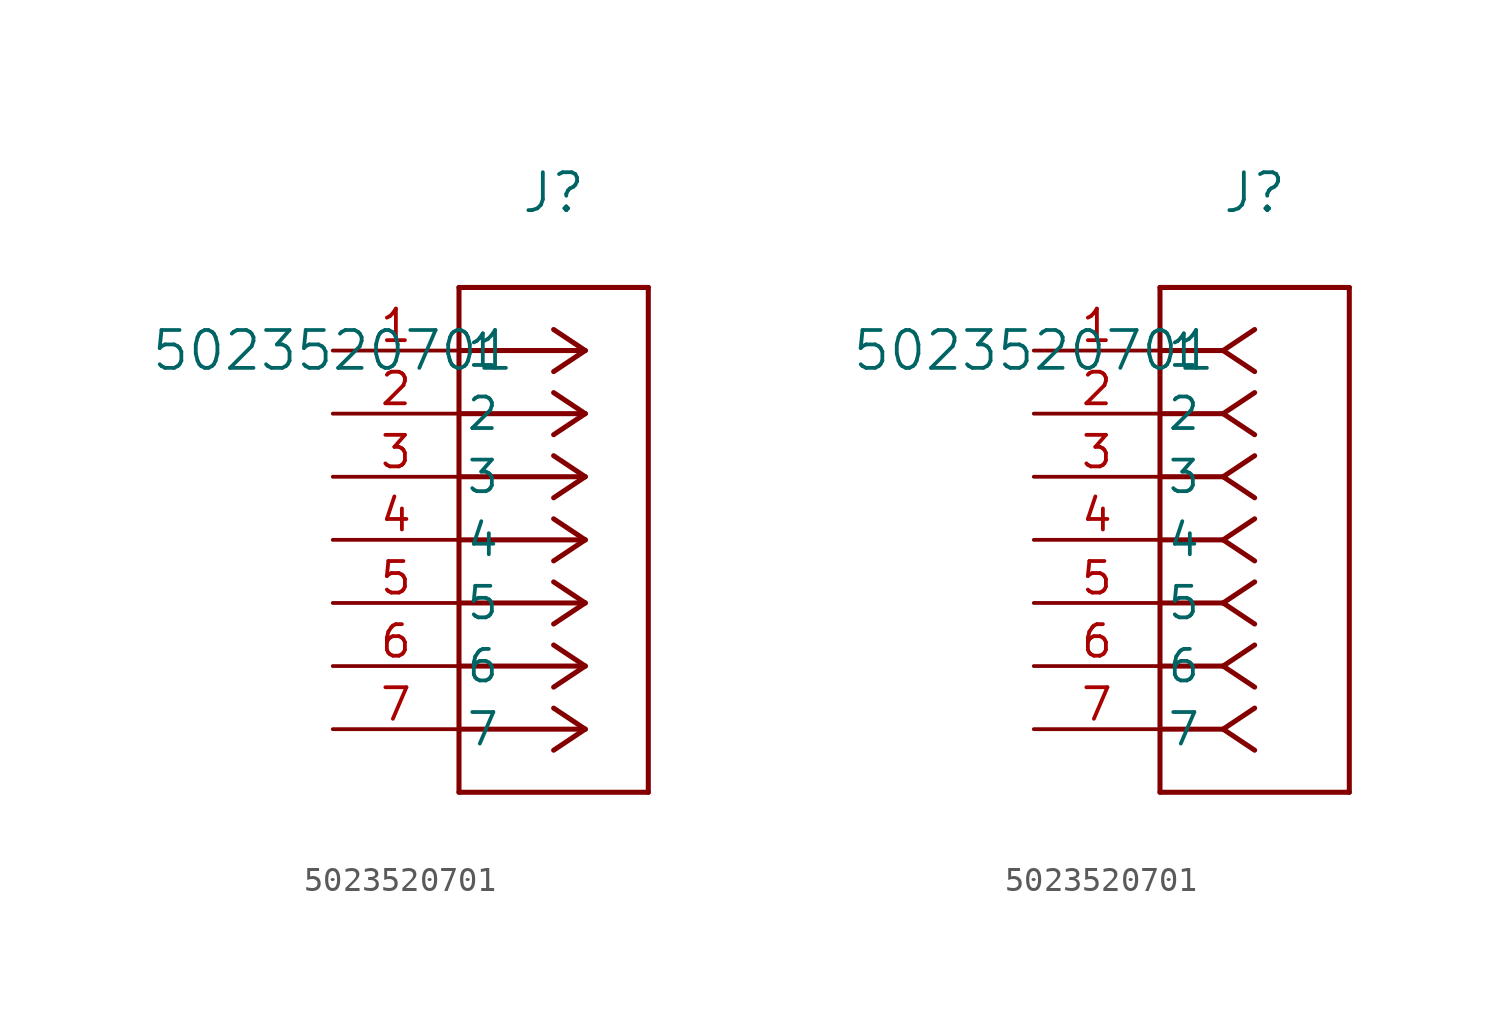
<source format=kicad_sym>
(kicad_symbol_lib
  (version 20211014)
  (generator kicad_symbol_editor)
  (symbol "5023520701"
    (pin_names
      (offset 0.254))
    (property "Reference" "J"
      (at 8.89 6.35 0)
      (effects (font (size 1.524 1.524))))
    (property "Value" "5023520701"
      (at 0 0 0)
      (effects (font (size 1.524 1.524))))
    (symbol "5023520701_1_1"
      (polyline (pts (xy 10.16 0) (xy 5.08 0)) (stroke (width 0.203) (type default) (color 0 0 0 0)) (fill (type none)))
      (polyline (pts (xy 10.16 -2.54) (xy 5.08 -2.54)) (stroke (width 0.203) (type default) (color 0 0 0 0)) (fill (type none)))
      (polyline (pts (xy 10.16 -5.08) (xy 5.08 -5.08)) (stroke (width 0.203) (type default) (color 0 0 0 0)) (fill (type none)))
      (polyline (pts (xy 10.16 -7.62) (xy 5.08 -7.62)) (stroke (width 0.203) (type default) (color 0 0 0 0)) (fill (type none)))
      (polyline (pts (xy 10.16 -10.16) (xy 5.08 -10.16)) (stroke (width 0.203) (type default) (color 0 0 0 0)) (fill (type none)))
      (polyline (pts (xy 10.16 -12.7) (xy 5.08 -12.7)) (stroke (width 0.203) (type default) (color 0 0 0 0)) (fill (type none)))
      (polyline (pts (xy 10.16 -15.24) (xy 5.08 -15.24)) (stroke (width 0.203) (type default) (color 0 0 0 0)) (fill (type none)))
      (polyline (pts (xy 10.16 0) (xy 8.89 0.847)) (stroke (width 0.203) (type default) (color 0 0 0 0)) (fill (type none)))
      (polyline (pts (xy 10.16 -2.54) (xy 8.89 -1.693)) (stroke (width 0.203) (type default) (color 0 0 0 0)) (fill (type none)))
      (polyline (pts (xy 10.16 -5.08) (xy 8.89 -4.233)) (stroke (width 0.203) (type default) (color 0 0 0 0)) (fill (type none)))
      (polyline (pts (xy 10.16 -7.62) (xy 8.89 -6.773)) (stroke (width 0.203) (type default) (color 0 0 0 0)) (fill (type none)))
      (polyline (pts (xy 10.16 -10.16) (xy 8.89 -9.313)) (stroke (width 0.203) (type default) (color 0 0 0 0)) (fill (type none)))
      (polyline (pts (xy 10.16 -12.7) (xy 8.89 -11.853)) (stroke (width 0.203) (type default) (color 0 0 0 0)) (fill (type none)))
      (polyline (pts (xy 10.16 -15.24) (xy 8.89 -14.393)) (stroke (width 0.203) (type default) (color 0 0 0 0)) (fill (type none)))
      (polyline (pts (xy 10.16 0) (xy 8.89 -0.847)) (stroke (width 0.203) (type default) (color 0 0 0 0)) (fill (type none)))
      (polyline (pts (xy 10.16 -2.54) (xy 8.89 -3.387)) (stroke (width 0.203) (type default) (color 0 0 0 0)) (fill (type none)))
      (polyline (pts (xy 10.16 -5.08) (xy 8.89 -5.927)) (stroke (width 0.203) (type default) (color 0 0 0 0)) (fill (type none)))
      (polyline (pts (xy 10.16 -7.62) (xy 8.89 -8.467)) (stroke (width 0.203) (type default) (color 0 0 0 0)) (fill (type none)))
      (polyline (pts (xy 10.16 -10.16) (xy 8.89 -11.007)) (stroke (width 0.203) (type default) (color 0 0 0 0)) (fill (type none)))
      (polyline (pts (xy 10.16 -12.7) (xy 8.89 -13.547)) (stroke (width 0.203) (type default) (color 0 0 0 0)) (fill (type none)))
      (polyline (pts (xy 10.16 -15.24) (xy 8.89 -16.087)) (stroke (width 0.203) (type default) (color 0 0 0 0)) (fill (type none)))
      (polyline (pts (xy 5.08 2.54) (xy 5.08 -17.78)) (stroke (width 0.203) (type default) (color 0 0 0 0)) (fill (type none)))
      (polyline (pts (xy 5.08 -17.78) (xy 12.7 -17.78)) (stroke (width 0.203) (type default) (color 0 0 0 0)) (fill (type none)))
      (polyline (pts (xy 12.7 -17.78) (xy 12.7 2.54)) (stroke (width 0.203) (type default) (color 0 0 0 0)) (fill (type none)))
      (polyline (pts (xy 12.7 2.54) (xy 5.08 2.54)) (stroke (width 0.203) (type default) (color 0 0 0 0)) (fill (type none)))
      (pin unspecified line (at 0 0 0) (length 5.08) (name "1" (effects (font (size 1.27 1.27)))) (number "1" (effects (font (size 1.27 1.27)))))
      (pin unspecified line (at 0 -2.54 0) (length 5.08) (name "2" (effects (font (size 1.27 1.27)))) (number "2" (effects (font (size 1.27 1.27)))))
      (pin unspecified line (at 0 -5.08 0) (length 5.08) (name "3" (effects (font (size 1.27 1.27)))) (number "3" (effects (font (size 1.27 1.27)))))
      (pin unspecified line (at 0 -7.62 0) (length 5.08) (name "4" (effects (font (size 1.27 1.27)))) (number "4" (effects (font (size 1.27 1.27)))))
      (pin unspecified line (at 0 -10.16 0) (length 5.08) (name "5" (effects (font (size 1.27 1.27)))) (number "5" (effects (font (size 1.27 1.27)))))
      (pin unspecified line (at 0 -12.7 0) (length 5.08) (name "6" (effects (font (size 1.27 1.27)))) (number "6" (effects (font (size 1.27 1.27)))))
      (pin unspecified line (at 0 -15.24 0) (length 5.08) (name "7" (effects (font (size 1.27 1.27)))) (number "7" (effects (font (size 1.27 1.27))))))
    (symbol "5023520701_1_2"
      (polyline (pts (xy 7.62 0) (xy 5.08 0)) (stroke (width 0.203) (type default) (color 0 0 0 0)) (fill (type none)))
      (polyline (pts (xy 7.62 -2.54) (xy 5.08 -2.54)) (stroke (width 0.203) (type default) (color 0 0 0 0)) (fill (type none)))
      (polyline (pts (xy 7.62 -5.08) (xy 5.08 -5.08)) (stroke (width 0.203) (type default) (color 0 0 0 0)) (fill (type none)))
      (polyline (pts (xy 7.62 -7.62) (xy 5.08 -7.62)) (stroke (width 0.203) (type default) (color 0 0 0 0)) (fill (type none)))
      (polyline (pts (xy 7.62 -10.16) (xy 5.08 -10.16)) (stroke (width 0.203) (type default) (color 0 0 0 0)) (fill (type none)))
      (polyline (pts (xy 7.62 -12.7) (xy 5.08 -12.7)) (stroke (width 0.203) (type default) (color 0 0 0 0)) (fill (type none)))
      (polyline (pts (xy 7.62 -15.24) (xy 5.08 -15.24)) (stroke (width 0.203) (type default) (color 0 0 0 0)) (fill (type none)))
      (polyline (pts (xy 7.62 0) (xy 8.89 0.847)) (stroke (width 0.203) (type default) (color 0 0 0 0)) (fill (type none)))
      (polyline (pts (xy 7.62 -2.54) (xy 8.89 -1.693)) (stroke (width 0.203) (type default) (color 0 0 0 0)) (fill (type none)))
      (polyline (pts (xy 7.62 -5.08) (xy 8.89 -4.233)) (stroke (width 0.203) (type default) (color 0 0 0 0)) (fill (type none)))
      (polyline (pts (xy 7.62 -7.62) (xy 8.89 -6.773)) (stroke (width 0.203) (type default) (color 0 0 0 0)) (fill (type none)))
      (polyline (pts (xy 7.62 -10.16) (xy 8.89 -9.313)) (stroke (width 0.203) (type default) (color 0 0 0 0)) (fill (type none)))
      (polyline (pts (xy 7.62 -12.7) (xy 8.89 -11.853)) (stroke (width 0.203) (type default) (color 0 0 0 0)) (fill (type none)))
      (polyline (pts (xy 7.62 -15.24) (xy 8.89 -14.393)) (stroke (width 0.203) (type default) (color 0 0 0 0)) (fill (type none)))
      (polyline (pts (xy 7.62 0) (xy 8.89 -0.847)) (stroke (width 0.203) (type default) (color 0 0 0 0)) (fill (type none)))
      (polyline (pts (xy 7.62 -2.54) (xy 8.89 -3.387)) (stroke (width 0.203) (type default) (color 0 0 0 0)) (fill (type none)))
      (polyline (pts (xy 7.62 -5.08) (xy 8.89 -5.927)) (stroke (width 0.203) (type default) (color 0 0 0 0)) (fill (type none)))
      (polyline (pts (xy 7.62 -7.62) (xy 8.89 -8.467)) (stroke (width 0.203) (type default) (color 0 0 0 0)) (fill (type none)))
      (polyline (pts (xy 7.62 -10.16) (xy 8.89 -11.007)) (stroke (width 0.203) (type default) (color 0 0 0 0)) (fill (type none)))
      (polyline (pts (xy 7.62 -12.7) (xy 8.89 -13.547)) (stroke (width 0.203) (type default) (color 0 0 0 0)) (fill (type none)))
      (polyline (pts (xy 7.62 -15.24) (xy 8.89 -16.087)) (stroke (width 0.203) (type default) (color 0 0 0 0)) (fill (type none)))
      (polyline (pts (xy 5.08 2.54) (xy 5.08 -17.78)) (stroke (width 0.203) (type default) (color 0 0 0 0)) (fill (type none)))
      (polyline (pts (xy 5.08 -17.78) (xy 12.7 -17.78)) (stroke (width 0.203) (type default) (color 0 0 0 0)) (fill (type none)))
      (polyline (pts (xy 12.7 -17.78) (xy 12.7 2.54)) (stroke (width 0.203) (type default) (color 0 0 0 0)) (fill (type none)))
      (polyline (pts (xy 12.7 2.54) (xy 5.08 2.54)) (stroke (width 0.203) (type default) (color 0 0 0 0)) (fill (type none)))
      (pin unspecified line (at 0 0 0) (length 5.08) (name "1" (effects (font (size 1.27 1.27)))) (number "1" (effects (font (size 1.27 1.27)))))
      (pin unspecified line (at 0 -2.54 0) (length 5.08) (name "2" (effects (font (size 1.27 1.27)))) (number "2" (effects (font (size 1.27 1.27)))))
      (pin unspecified line (at 0 -5.08 0) (length 5.08) (name "3" (effects (font (size 1.27 1.27)))) (number "3" (effects (font (size 1.27 1.27)))))
      (pin unspecified line (at 0 -7.62 0) (length 5.08) (name "4" (effects (font (size 1.27 1.27)))) (number "4" (effects (font (size 1.27 1.27)))))
      (pin unspecified line (at 0 -10.16 0) (length 5.08) (name "5" (effects (font (size 1.27 1.27)))) (number "5" (effects (font (size 1.27 1.27)))))
      (pin unspecified line (at 0 -12.7 0) (length 5.08) (name "6" (effects (font (size 1.27 1.27)))) (number "6" (effects (font (size 1.27 1.27)))))
      (pin unspecified line (at 0 -15.24 0) (length 5.08) (name "7" (effects (font (size 1.27 1.27)))) (number "7" (effects (font (size 1.27 1.27))))))))
</source>
